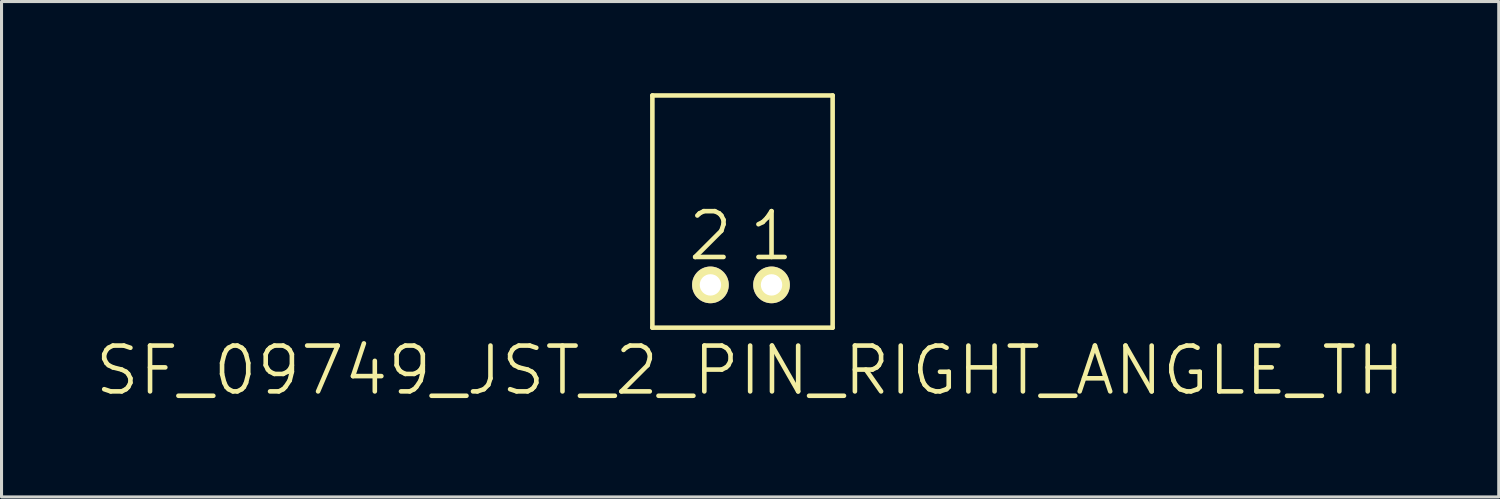
<source format=kicad_pcb>
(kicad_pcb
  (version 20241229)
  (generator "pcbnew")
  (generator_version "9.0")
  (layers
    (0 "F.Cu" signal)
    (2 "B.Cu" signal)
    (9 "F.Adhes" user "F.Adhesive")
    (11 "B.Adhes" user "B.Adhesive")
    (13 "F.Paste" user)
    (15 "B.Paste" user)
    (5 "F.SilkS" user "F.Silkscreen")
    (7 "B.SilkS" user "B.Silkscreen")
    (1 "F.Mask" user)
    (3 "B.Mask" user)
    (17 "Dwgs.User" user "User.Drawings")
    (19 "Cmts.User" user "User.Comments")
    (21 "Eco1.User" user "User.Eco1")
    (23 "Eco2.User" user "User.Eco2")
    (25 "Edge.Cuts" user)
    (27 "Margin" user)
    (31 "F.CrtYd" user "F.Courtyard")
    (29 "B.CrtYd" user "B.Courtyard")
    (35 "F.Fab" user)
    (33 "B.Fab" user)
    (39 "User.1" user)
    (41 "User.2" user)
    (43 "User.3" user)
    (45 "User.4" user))
  (footprint "SF_09749_JST_2_PIN_RIGHT_ANGLE_TH"
    (layer "F.Cu")
    (at 21.204 3.275)
    (property "Reference" "SF_09749_JST_2_PIN_RIGHT_ANGLE_TH" (at 0.3 5.8 0) (layer "F.SilkS") (effects (font (size 1.5 1.5) (thickness 0.15))))
    (attr through_hole)
    (fp_line (start -2.9 -3.2) (end -2.9 4.4) (stroke (width 0.15) (type solid)) (layer "F.SilkS"))
    (fp_line (start -2.9 4.4) (end 3 4.4) (stroke (width 0.15) (type solid)) (layer "F.SilkS"))
    (fp_line (start 3 -3.2) (end -2.9 -3.2) (stroke (width 0.15) (type solid)) (layer "F.SilkS"))
    (fp_line (start 3 4.4) (end 3 -3.2) (stroke (width 0.15) (type solid)) (layer "F.SilkS"))
    (fp_text user "2" (at -1 1.4 0) (layer "F.SilkS") (effects (font (size 1.5 1.5) (thickness 0.15))))
    (fp_text user "1" (at 1 1.4 0) (layer "F.SilkS") (effects (font (size 1.5 1.5) (thickness 0.15))))
    (pad "1" thru_hole circle (at 1 3) (size 1.2 1.2) (drill 0.7) (layers "*.Cu" "*.Mask" "F.SilkS"))
    (pad "2" thru_hole circle (at -1 3) (size 1.2 1.2) (drill 0.7) (layers "*.Cu" "*.Mask" "F.SilkS")))
  (gr_rect
    (start -3 -3)
    (end 46.007 13.216)
    (stroke (width 0.1) (type default))
    (fill no)
    (layer "Edge.Cuts")))
</source>
